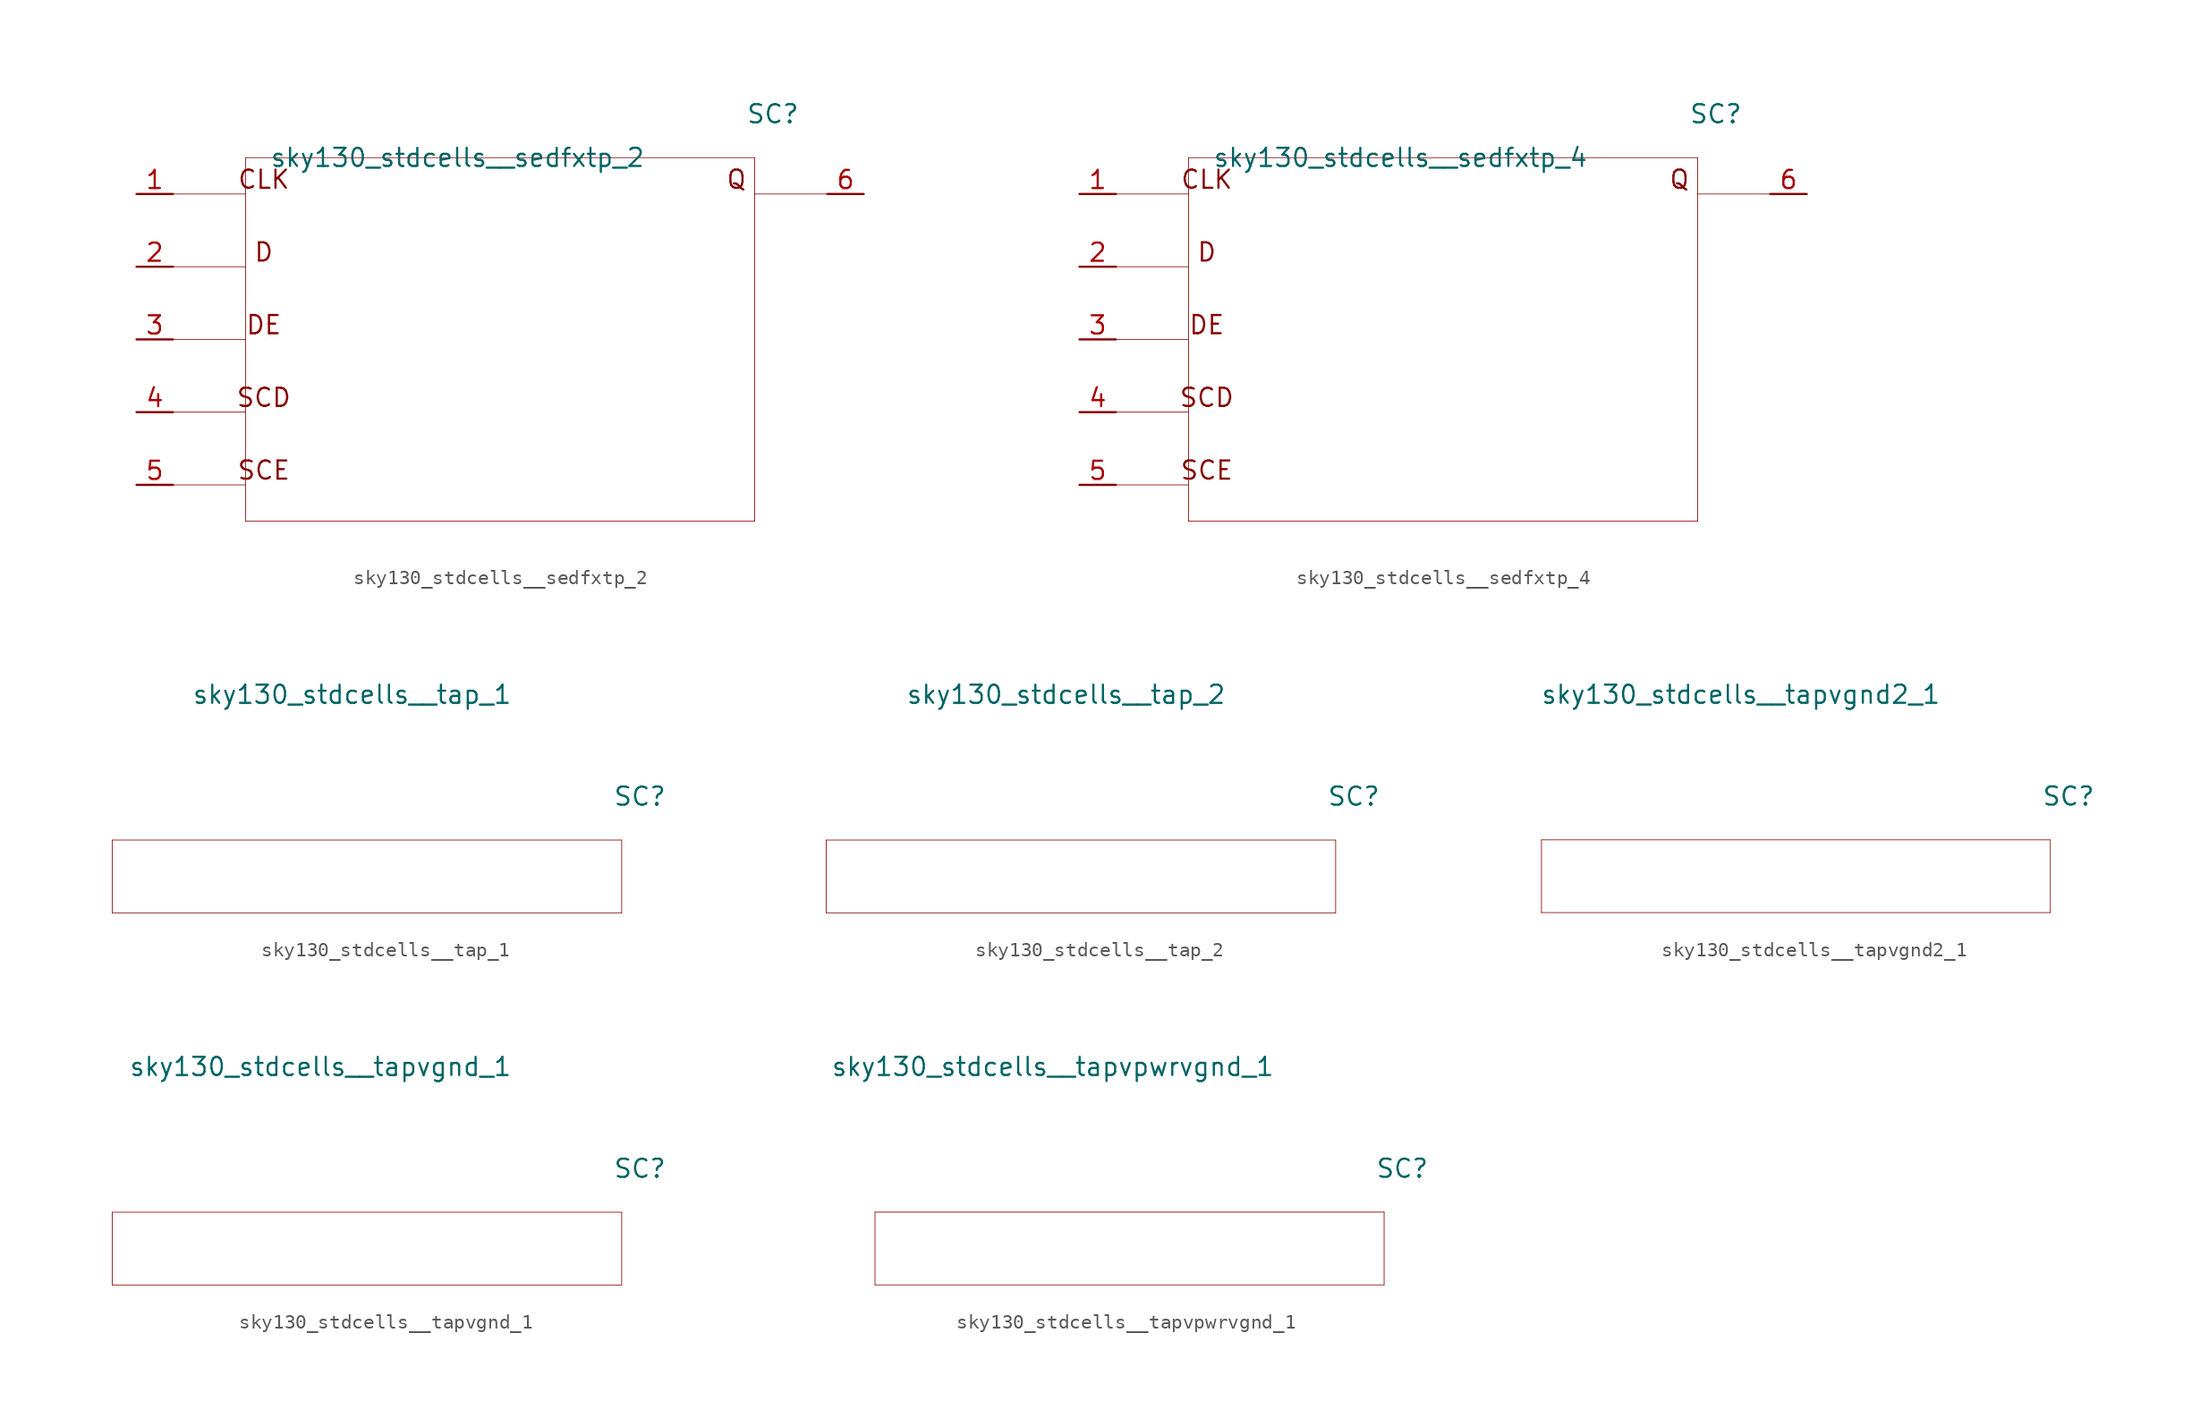
<source format=kicad_sym>
(kicad_symbol_lib
  (version 20211014)
  (generator kicad_symbol_editor)
  (symbol "sky130_stdcells__sedfxtp_2"
    (pin_names hide)
    (property "Reference" "SC"
      (at 19.05 15.748 0)
      (effects (font (size 1.27 1.27))))
    (property "Value" "sky130_stdcells__sedfxtp_2"
      (at 10.16 12.7 0)
      (effects (font (size 1.27 1.27)) (justify right)))
    (symbol "sky130_stdcells__sedfxtp_2_0_0"
      (polyline (pts (xy -22.86 -10.16) (xy -17.78 -10.16)) (stroke (width 0.051) (type default) (color 0 0 0 0)) (fill (type none)))
      (polyline (pts (xy -22.86 -5.08) (xy -17.78 -5.08)) (stroke (width 0.051) (type default) (color 0 0 0 0)) (fill (type none)))
      (polyline (pts (xy -22.86 0) (xy -17.78 0)) (stroke (width 0.051) (type default) (color 0 0 0 0)) (fill (type none)))
      (polyline (pts (xy -22.86 5.08) (xy -17.78 5.08)) (stroke (width 0.051) (type default) (color 0 0 0 0)) (fill (type none)))
      (polyline (pts (xy -22.86 10.16) (xy -17.78 10.16)) (stroke (width 0.051) (type default) (color 0 0 0 0)) (fill (type none)))
      (polyline (pts (xy -17.78 -12.7) (xy 17.78 -12.7)) (stroke (width 0.051) (type default) (color 0 0 0 0)) (fill (type none)))
      (polyline (pts (xy -17.78 12.7) (xy -17.78 -12.7)) (stroke (width 0.051) (type default) (color 0 0 0 0)) (fill (type none)))
      (polyline (pts (xy -17.78 12.7) (xy 17.78 12.7)) (stroke (width 0.051) (type default) (color 0 0 0 0)) (fill (type none)))
      (polyline (pts (xy 17.78 10.16) (xy 22.86 10.16)) (stroke (width 0.051) (type default) (color 0 0 0 0)) (fill (type none)))
      (polyline (pts (xy 17.78 12.7) (xy 17.78 -12.7)) (stroke (width 0.051) (type default) (color 0 0 0 0)) (fill (type none)))
      (text "CLK" (at -16.51 11.176 0) (effects (font (size 1.27 1.27))))
      (text "D" (at -16.51 6.096 0) (effects (font (size 1.27 1.27))))
      (text "DE" (at -16.51 1.016 0) (effects (font (size 1.27 1.27))))
      (text "Q" (at 16.51 11.176 0) (effects (font (size 1.27 1.27))))
      (text "SCD" (at -16.51 -4.064 0) (effects (font (size 1.27 1.27))))
      (text "SCE" (at -16.51 -9.144 0) (effects (font (size 1.27 1.27)))))
    (symbol "sky130_stdcells__sedfxtp_2_1_1"
      (pin input line (at -25.4 10.16 0) (length 2.54) (name "CLK" (effects (font (size 1.092 1.092)))) (number "1" (effects (font (size 1.27 1.27)))))
      (pin input line (at -25.4 5.08 0) (length 2.54) (name "D" (effects (font (size 1.092 1.092)))) (number "2" (effects (font (size 1.27 1.27)))))
      (pin input line (at -25.4 0 0) (length 2.54) (name "DE" (effects (font (size 1.092 1.092)))) (number "3" (effects (font (size 1.27 1.27)))))
      (pin input line (at -25.4 -5.08 0) (length 2.54) (name "SCD" (effects (font (size 1.092 1.092)))) (number "4" (effects (font (size 1.27 1.27)))))
      (pin input line (at -25.4 -10.16 0) (length 2.54) (name "SCE" (effects (font (size 1.092 1.092)))) (number "5" (effects (font (size 1.27 1.27)))))
      (pin output line (at 25.4 10.16 180) (length 2.54) (name "Q" (effects (font (size 1.092 1.092)))) (number "6" (effects (font (size 1.27 1.27)))))))
  (symbol "sky130_stdcells__sedfxtp_4"
    (pin_names hide)
    (property "Reference" "SC"
      (at 19.05 15.748 0)
      (effects (font (size 1.27 1.27))))
    (property "Value" "sky130_stdcells__sedfxtp_4"
      (at 10.16 12.7 0)
      (effects (font (size 1.27 1.27)) (justify right)))
    (symbol "sky130_stdcells__sedfxtp_4_0_0"
      (polyline (pts (xy -22.86 -10.16) (xy -17.78 -10.16)) (stroke (width 0.051) (type default) (color 0 0 0 0)) (fill (type none)))
      (polyline (pts (xy -22.86 -5.08) (xy -17.78 -5.08)) (stroke (width 0.051) (type default) (color 0 0 0 0)) (fill (type none)))
      (polyline (pts (xy -22.86 0) (xy -17.78 0)) (stroke (width 0.051) (type default) (color 0 0 0 0)) (fill (type none)))
      (polyline (pts (xy -22.86 5.08) (xy -17.78 5.08)) (stroke (width 0.051) (type default) (color 0 0 0 0)) (fill (type none)))
      (polyline (pts (xy -22.86 10.16) (xy -17.78 10.16)) (stroke (width 0.051) (type default) (color 0 0 0 0)) (fill (type none)))
      (polyline (pts (xy -17.78 -12.7) (xy 17.78 -12.7)) (stroke (width 0.051) (type default) (color 0 0 0 0)) (fill (type none)))
      (polyline (pts (xy -17.78 12.7) (xy -17.78 -12.7)) (stroke (width 0.051) (type default) (color 0 0 0 0)) (fill (type none)))
      (polyline (pts (xy -17.78 12.7) (xy 17.78 12.7)) (stroke (width 0.051) (type default) (color 0 0 0 0)) (fill (type none)))
      (polyline (pts (xy 17.78 10.16) (xy 22.86 10.16)) (stroke (width 0.051) (type default) (color 0 0 0 0)) (fill (type none)))
      (polyline (pts (xy 17.78 12.7) (xy 17.78 -12.7)) (stroke (width 0.051) (type default) (color 0 0 0 0)) (fill (type none)))
      (text "CLK" (at -16.51 11.176 0) (effects (font (size 1.27 1.27))))
      (text "D" (at -16.51 6.096 0) (effects (font (size 1.27 1.27))))
      (text "DE" (at -16.51 1.016 0) (effects (font (size 1.27 1.27))))
      (text "Q" (at 16.51 11.176 0) (effects (font (size 1.27 1.27))))
      (text "SCD" (at -16.51 -4.064 0) (effects (font (size 1.27 1.27))))
      (text "SCE" (at -16.51 -9.144 0) (effects (font (size 1.27 1.27)))))
    (symbol "sky130_stdcells__sedfxtp_4_1_1"
      (pin input line (at -25.4 10.16 0) (length 2.54) (name "CLK" (effects (font (size 1.092 1.092)))) (number "1" (effects (font (size 1.27 1.27)))))
      (pin input line (at -25.4 5.08 0) (length 2.54) (name "D" (effects (font (size 1.092 1.092)))) (number "2" (effects (font (size 1.27 1.27)))))
      (pin input line (at -25.4 0 0) (length 2.54) (name "DE" (effects (font (size 1.092 1.092)))) (number "3" (effects (font (size 1.27 1.27)))))
      (pin input line (at -25.4 -5.08 0) (length 2.54) (name "SCD" (effects (font (size 1.092 1.092)))) (number "4" (effects (font (size 1.27 1.27)))))
      (pin input line (at -25.4 -10.16 0) (length 2.54) (name "SCE" (effects (font (size 1.092 1.092)))) (number "5" (effects (font (size 1.27 1.27)))))
      (pin output line (at 25.4 10.16 180) (length 2.54) (name "Q" (effects (font (size 1.092 1.092)))) (number "6" (effects (font (size 1.27 1.27)))))))
  (symbol "sky130_stdcells__tap_1"
    (pin_names hide)
    (property "Reference" "SC"
      (at 19.05 5.588 0)
      (effects (font (size 1.27 1.27))))
    (property "Value" "sky130_stdcells__tap_1"
      (at 10.16 12.7 0)
      (effects (font (size 1.27 1.27)) (justify right)))
    (symbol "sky130_stdcells__tap_1_0_0"
      (polyline (pts (xy -17.78 -2.54) (xy 17.78 -2.54)) (stroke (width 0.051) (type default) (color 0 0 0 0)) (fill (type none)))
      (polyline (pts (xy -17.78 2.54) (xy -17.78 -2.54)) (stroke (width 0.051) (type default) (color 0 0 0 0)) (fill (type none)))
      (polyline (pts (xy -17.78 2.54) (xy 17.78 2.54)) (stroke (width 0.051) (type default) (color 0 0 0 0)) (fill (type none)))
      (polyline (pts (xy 17.78 2.54) (xy 17.78 -2.54)) (stroke (width 0.051) (type default) (color 0 0 0 0)) (fill (type none)))))
  (symbol "sky130_stdcells__tap_2"
    (pin_names hide)
    (property "Reference" "SC"
      (at 19.05 5.588 0)
      (effects (font (size 1.27 1.27))))
    (property "Value" "sky130_stdcells__tap_2"
      (at 10.16 12.7 0)
      (effects (font (size 1.27 1.27)) (justify right)))
    (symbol "sky130_stdcells__tap_2_0_0"
      (polyline (pts (xy -17.78 -2.54) (xy 17.78 -2.54)) (stroke (width 0.051) (type default) (color 0 0 0 0)) (fill (type none)))
      (polyline (pts (xy -17.78 2.54) (xy -17.78 -2.54)) (stroke (width 0.051) (type default) (color 0 0 0 0)) (fill (type none)))
      (polyline (pts (xy -17.78 2.54) (xy 17.78 2.54)) (stroke (width 0.051) (type default) (color 0 0 0 0)) (fill (type none)))
      (polyline (pts (xy 17.78 2.54) (xy 17.78 -2.54)) (stroke (width 0.051) (type default) (color 0 0 0 0)) (fill (type none)))))
  (symbol "sky130_stdcells__tapvgnd2_1"
    (pin_names hide)
    (property "Reference" "SC"
      (at 19.05 5.588 0)
      (effects (font (size 1.27 1.27))))
    (property "Value" "sky130_stdcells__tapvgnd2_1"
      (at 10.16 12.7 0)
      (effects (font (size 1.27 1.27)) (justify right)))
    (symbol "sky130_stdcells__tapvgnd2_1_0_0"
      (polyline (pts (xy -17.78 -2.54) (xy 17.78 -2.54)) (stroke (width 0.051) (type default) (color 0 0 0 0)) (fill (type none)))
      (polyline (pts (xy -17.78 2.54) (xy -17.78 -2.54)) (stroke (width 0.051) (type default) (color 0 0 0 0)) (fill (type none)))
      (polyline (pts (xy -17.78 2.54) (xy 17.78 2.54)) (stroke (width 0.051) (type default) (color 0 0 0 0)) (fill (type none)))
      (polyline (pts (xy 17.78 2.54) (xy 17.78 -2.54)) (stroke (width 0.051) (type default) (color 0 0 0 0)) (fill (type none)))))
  (symbol "sky130_stdcells__tapvgnd_1"
    (pin_names hide)
    (property "Reference" "SC"
      (at 19.05 5.588 0)
      (effects (font (size 1.27 1.27))))
    (property "Value" "sky130_stdcells__tapvgnd_1"
      (at 10.16 12.7 0)
      (effects (font (size 1.27 1.27)) (justify right)))
    (symbol "sky130_stdcells__tapvgnd_1_0_0"
      (polyline (pts (xy -17.78 -2.54) (xy 17.78 -2.54)) (stroke (width 0.051) (type default) (color 0 0 0 0)) (fill (type none)))
      (polyline (pts (xy -17.78 2.54) (xy -17.78 -2.54)) (stroke (width 0.051) (type default) (color 0 0 0 0)) (fill (type none)))
      (polyline (pts (xy -17.78 2.54) (xy 17.78 2.54)) (stroke (width 0.051) (type default) (color 0 0 0 0)) (fill (type none)))
      (polyline (pts (xy 17.78 2.54) (xy 17.78 -2.54)) (stroke (width 0.051) (type default) (color 0 0 0 0)) (fill (type none)))))
  (symbol "sky130_stdcells__tapvpwrvgnd_1"
    (pin_names hide)
    (property "Reference" "SC"
      (at 19.05 5.588 0)
      (effects (font (size 1.27 1.27))))
    (property "Value" "sky130_stdcells__tapvpwrvgnd_1"
      (at 10.16 12.7 0)
      (effects (font (size 1.27 1.27)) (justify right)))
    (symbol "sky130_stdcells__tapvpwrvgnd_1_0_0"
      (polyline (pts (xy -17.78 -2.54) (xy 17.78 -2.54)) (stroke (width 0.051) (type default) (color 0 0 0 0)) (fill (type none)))
      (polyline (pts (xy -17.78 2.54) (xy -17.78 -2.54)) (stroke (width 0.051) (type default) (color 0 0 0 0)) (fill (type none)))
      (polyline (pts (xy -17.78 2.54) (xy 17.78 2.54)) (stroke (width 0.051) (type default) (color 0 0 0 0)) (fill (type none)))
      (polyline (pts (xy 17.78 2.54) (xy 17.78 -2.54)) (stroke (width 0.051) (type default) (color 0 0 0 0)) (fill (type none))))))
</source>
